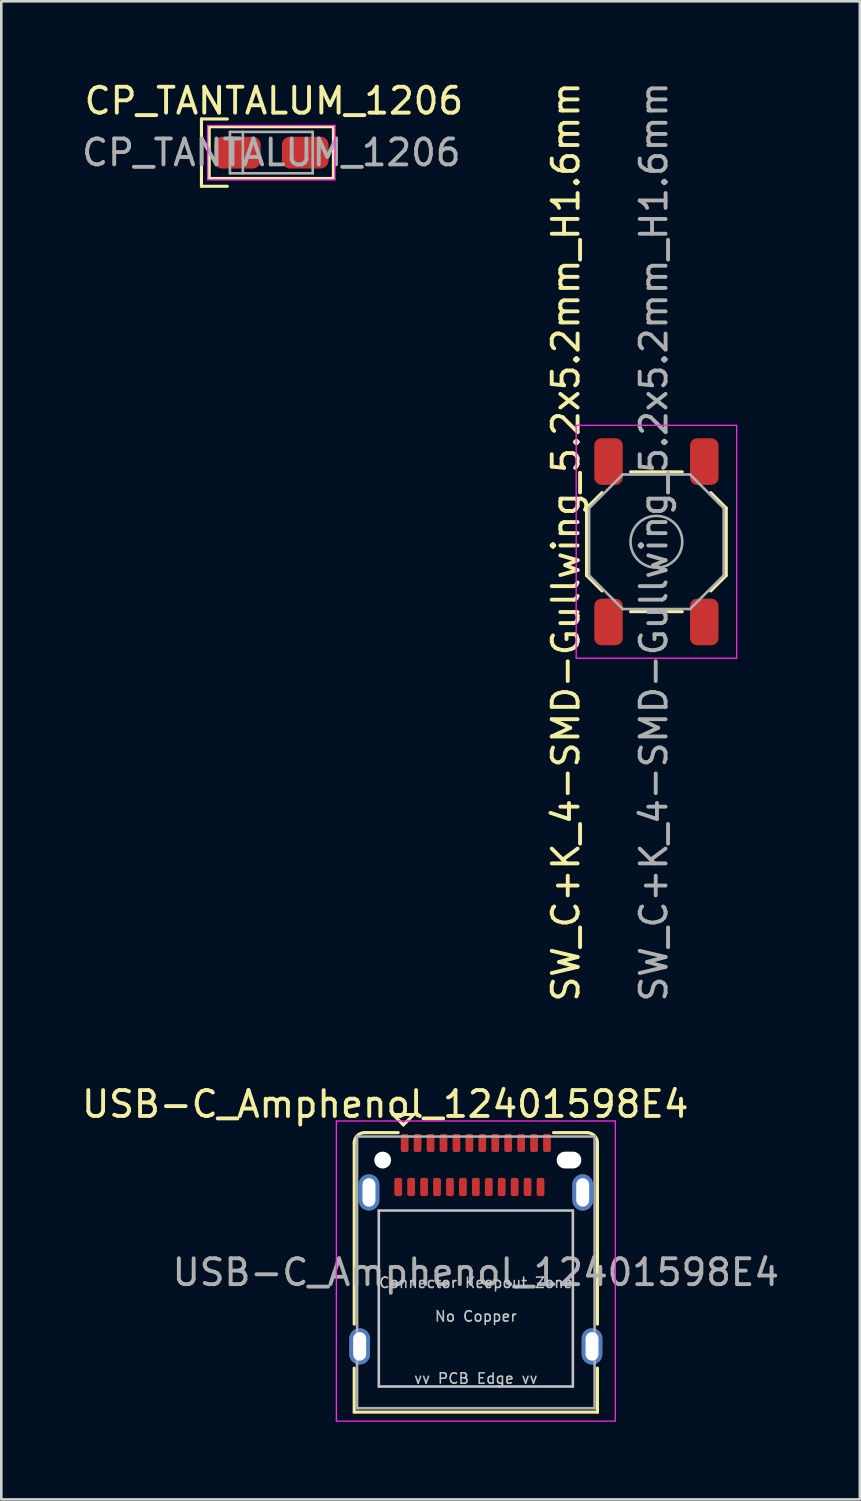
<source format=kicad_pcb>
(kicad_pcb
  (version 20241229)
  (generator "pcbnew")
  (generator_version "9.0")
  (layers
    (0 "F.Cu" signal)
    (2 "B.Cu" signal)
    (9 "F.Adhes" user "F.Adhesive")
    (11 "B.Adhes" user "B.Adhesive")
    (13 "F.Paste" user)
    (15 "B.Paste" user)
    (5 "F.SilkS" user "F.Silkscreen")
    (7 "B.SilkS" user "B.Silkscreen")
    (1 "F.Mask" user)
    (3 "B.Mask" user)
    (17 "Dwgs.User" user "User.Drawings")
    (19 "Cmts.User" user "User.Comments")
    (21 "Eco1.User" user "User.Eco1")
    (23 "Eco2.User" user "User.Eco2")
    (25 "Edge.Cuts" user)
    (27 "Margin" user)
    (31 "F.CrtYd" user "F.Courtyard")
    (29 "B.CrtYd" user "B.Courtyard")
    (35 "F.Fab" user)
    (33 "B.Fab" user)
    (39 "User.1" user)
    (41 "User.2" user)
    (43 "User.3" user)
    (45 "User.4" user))
  (footprint "SW_C+K_4-SMD-Gullwing_5.2x5.2mm_H1.6mm"
    (layer "F.Cu")
    (at 22.317 17.887)
    (property "Reference" "SW_C+K_4-SMD-Gullwing_5.2x5.2mm_H1.6mm" (at -3.5 0 90) (layer "F.SilkS") (effects (font (size 1 1) (thickness 0.15))))
    (attr smd)
    (fp_line (start -2.7 -1.3) (end -2.7 1.3) (stroke (width 0.12) (type solid)) (layer "F.SilkS"))
    (fp_line (start -2.7 -1.3) (end -2.1 -1.9) (stroke (width 0.12) (type solid)) (layer "F.SilkS"))
    (fp_line (start -2.7 1.3) (end -2.1 1.9) (stroke (width 0.12) (type solid)) (layer "F.SilkS"))
    (fp_line (start -1 -2.7) (end 1 -2.7) (stroke (width 0.12) (type solid)) (layer "F.SilkS"))
    (fp_line (start 1 2.7) (end -1 2.7) (stroke (width 0.12) (type solid)) (layer "F.SilkS"))
    (fp_line (start 2.7 -1.3) (end 2.1 -1.9) (stroke (width 0.12) (type solid)) (layer "F.SilkS"))
    (fp_line (start 2.7 1.3) (end 2.1 1.9) (stroke (width 0.12) (type solid)) (layer "F.SilkS"))
    (fp_line (start 2.7 1.3) (end 2.7 -1.3) (stroke (width 0.12) (type solid)) (layer "F.SilkS"))
    (fp_line (start -3.1 -4.5) (end -3.1 4.5) (stroke (width 0.05) (type solid)) (layer "F.CrtYd"))
    (fp_line (start -3.1 -4.5) (end 3.1 -4.5) (stroke (width 0.05) (type solid)) (layer "F.CrtYd"))
    (fp_line (start -3.1 4.5) (end 3.1 4.5) (stroke (width 0.05) (type solid)) (layer "F.CrtYd"))
    (fp_line (start 3.1 -4.5) (end 3.1 4.5) (stroke (width 0.05) (type solid)) (layer "F.CrtYd"))
    (fp_line (start -2.6 -1.3) (end -1.3 -2.6) (stroke (width 0.1) (type solid)) (layer "F.Fab"))
    (fp_line (start -2.6 1.3) (end -2.6 -1.3) (stroke (width 0.1) (type solid)) (layer "F.Fab"))
    (fp_line (start -2.6 1.3) (end -1.3 2.6) (stroke (width 0.1) (type solid)) (layer "F.Fab"))
    (fp_line (start -1.3 -2.6) (end 1.3 -2.6) (stroke (width 0.1) (type solid)) (layer "F.Fab"))
    (fp_line (start -1.3 2.6) (end 1.3 2.6) (stroke (width 0.1) (type solid)) (layer "F.Fab"))
    (fp_line (start 2.6 -1.3) (end 1.3 -2.6) (stroke (width 0.1) (type solid)) (layer "F.Fab"))
    (fp_line (start 2.6 1.3) (end 1.3 2.6) (stroke (width 0.1) (type solid)) (layer "F.Fab"))
    (fp_line (start 2.6 1.3) (end 2.6 -1.3) (stroke (width 0.1) (type solid)) (layer "F.Fab"))
    (fp_circle (center 0 0) (end 1 0) (stroke (width 0.1) (type solid)) (fill no) (layer "F.Fab"))
    (fp_text user "${REFERENCE}" (at -0.1 0 90) (layer "F.Fab") (effects (font (size 1 1) (thickness 0.15))))
    (pad "1" smd roundrect (at -1.85 -3.1) (size 1.1 1.8) (layers "F.Cu" "F.Mask" "F.Paste") (roundrect_rratio 0.25))
    (pad "2" smd roundrect (at -1.85 3.1) (size 1.1 1.8) (layers "F.Cu" "F.Mask" "F.Paste") (roundrect_rratio 0.25))
    (pad "3" smd roundrect (at 1.85 3.1) (size 1.1 1.8) (layers "F.Cu" "F.Mask" "F.Paste") (roundrect_rratio 0.25))
    (pad "4" smd roundrect (at 1.85 -3.1) (size 1.1 1.8) (layers "F.Cu" "F.Mask" "F.Paste") (roundrect_rratio 0.25)))
  (footprint "USB-C_Amphenol_12401598E4"
    (layer "F.Cu")
    (at 15.339 46.122)
    (property "Reference" "USB-C_Amphenol_12401598E4" (at -3.5 -6.5 0) (layer "F.SilkS") (effects (font (size 1 1) (thickness 0.15))))
    (attr smd)
    (fp_line (start -4.7 -5) (end -4.7 2) (stroke (width 0.12) (type solid)) (layer "F.SilkS"))
    (fp_line (start -4.7 3.7) (end -4.7 5.4) (stroke (width 0.12) (type solid)) (layer "F.SilkS"))
    (fp_line (start -4.7 5.4) (end 4.7 5.4) (stroke (width 0.12) (type solid)) (layer "F.SilkS"))
    (fp_line (start -3.2 -6.1) (end -2.5 -6.1) (stroke (width 0.12) (type solid)) (layer "F.SilkS"))
    (fp_line (start -3 -5.4) (end -4.3 -5.4) (stroke (width 0.12) (type solid)) (layer "F.SilkS"))
    (fp_line (start -2.8 -5.7) (end -3.2 -6.1) (stroke (width 0.12) (type solid)) (layer "F.SilkS"))
    (fp_line (start -2.5 -6.1) (end -2.4 -6.1) (stroke (width 0.12) (type solid)) (layer "F.SilkS"))
    (fp_line (start -2.4 -6.1) (end -2.8 -5.7) (stroke (width 0.12) (type solid)) (layer "F.SilkS"))
    (fp_line (start 4.3 -5.4) (end 3 -5.4) (stroke (width 0.12) (type solid)) (layer "F.SilkS"))
    (fp_line (start 4.7 2) (end 4.7 -5) (stroke (width 0.12) (type solid)) (layer "F.SilkS"))
    (fp_line (start 4.7 5.4) (end 4.7 3.7) (stroke (width 0.12) (type solid)) (layer "F.SilkS"))
    (fp_arc (start -4.7 -5) (mid -4.582843 -5.282843) (end -4.3 -5.4) (stroke (width 0.12) (type solid)) (layer "F.SilkS"))
    (fp_arc (start 4.3 -5.4) (mid 4.582843 -5.282843) (end 4.7 -5) (stroke (width 0.12) (type solid)) (layer "F.SilkS"))
    (fp_line (start -3.75 4.41) (end -3.75 -2.39) (stroke (width 0.1) (type solid)) (layer "Dwgs.User"))
    (fp_line (start 3.75 -2.39) (end -3.75 -2.39) (stroke (width 0.1) (type solid)) (layer "Dwgs.User"))
    (fp_line (start 3.75 4.41) (end -3.75 4.41) (stroke (width 0.1) (type solid)) (layer "Dwgs.User"))
    (fp_line (start 3.75 4.41) (end 3.75 -2.39) (stroke (width 0.1) (type solid)) (layer "Dwgs.User"))
    (fp_line (start -5.39 -5.85) (end -5.39 5.75) (stroke (width 0.05) (type solid)) (layer "F.CrtYd"))
    (fp_line (start -5.39 -5.85) (end 5.39 -5.85) (stroke (width 0.05) (type solid)) (layer "F.CrtYd"))
    (fp_line (start -5.39 5.75) (end 5.39 5.75) (stroke (width 0.05) (type solid)) (layer "F.CrtYd"))
    (fp_line (start 5.39 -5.85) (end 5.39 5.75) (stroke (width 0.05) (type solid)) (layer "F.CrtYd"))
    (fp_line (start -4.59 -5.25) (end -4.59 5.25) (stroke (width 0.1) (type solid)) (layer "F.Fab"))
    (fp_line (start -4.59 -5.25) (end 4.59 -5.25) (stroke (width 0.1) (type solid)) (layer "F.Fab"))
    (fp_line (start -4.59 5.25) (end 4.59 5.25) (stroke (width 0.1) (type solid)) (layer "F.Fab"))
    (fp_line (start 4.59 -5.25) (end 4.59 5.25) (stroke (width 0.1) (type solid)) (layer "F.Fab"))
    (fp_text user "No Copper" (at 0 1.7 0) (layer "Dwgs.User") (effects (font (size 0.4 0.4) (thickness 0.06))))
    (fp_text user "Connector Keepout Zone" (at 0 0.4 0) (layer "Dwgs.User") (effects (font (size 0.4 0.4) (thickness 0.06))))
    (fp_text user "vv PCB Edge vv" (at 0 4.1 0) (layer "Dwgs.User") (effects (font (size 0.4 0.4) (thickness 0.06))))
    (fp_text user "${REFERENCE}" (at 0 0 0) (layer "F.Fab") (effects (font (size 1 1) (thickness 0.15))))
    (pad "" np_thru_hole circle (at -3.6 -4.34) (size 0.65 0.65) (drill 0.65) (layers "*.Cu" "*.Mask"))
    (pad "" np_thru_hole oval (at 3.6 -4.34) (size 0.95 0.65) (drill oval 0.95 0.65) (layers "*.Cu" "*.Mask"))
    (pad "A1" smd roundrect (at -2.75 -5) (size 0.3 0.7) (layers "F.Cu" "F.Mask" "F.Paste") (roundrect_rratio 0.25))
    (pad "A2" smd roundrect (at -2.25 -5) (size 0.3 0.7) (layers "F.Cu" "F.Mask" "F.Paste") (roundrect_rratio 0.25))
    (pad "A3" smd roundrect (at -1.75 -5) (size 0.3 0.7) (layers "F.Cu" "F.Mask" "F.Paste") (roundrect_rratio 0.25))
    (pad "A4" smd roundrect (at -1.25 -5) (size 0.3 0.7) (layers "F.Cu" "F.Mask" "F.Paste") (roundrect_rratio 0.25))
    (pad "A5" smd roundrect (at -0.75 -5) (size 0.3 0.7) (layers "F.Cu" "F.Mask" "F.Paste") (roundrect_rratio 0.25))
    (pad "A6" smd roundrect (at -0.25 -5) (size 0.3 0.7) (layers "F.Cu" "F.Mask" "F.Paste") (roundrect_rratio 0.25))
    (pad "A7" smd roundrect (at 0.25 -5) (size 0.3 0.7) (layers "F.Cu" "F.Mask" "F.Paste") (roundrect_rratio 0.25))
    (pad "A8" smd roundrect (at 0.75 -5) (size 0.3 0.7) (layers "F.Cu" "F.Mask" "F.Paste") (roundrect_rratio 0.25))
    (pad "A9" smd roundrect (at 1.25 -5) (size 0.3 0.7) (layers "F.Cu" "F.Mask" "F.Paste") (roundrect_rratio 0.25))
    (pad "A10" smd roundrect (at 1.75 -5) (size 0.3 0.7) (layers "F.Cu" "F.Mask" "F.Paste") (roundrect_rratio 0.25))
    (pad "A11" smd roundrect (at 2.25 -5) (size 0.3 0.7) (layers "F.Cu" "F.Mask" "F.Paste") (roundrect_rratio 0.25))
    (pad "A12" smd roundrect (at 2.75 -5) (size 0.3 0.7) (layers "F.Cu" "F.Mask" "F.Paste") (roundrect_rratio 0.25))
    (pad "B1" smd roundrect (at 2.5 -3.3) (size 0.3 0.7) (layers "F.Cu" "F.Mask" "F.Paste") (roundrect_rratio 0.25))
    (pad "B2" smd roundrect (at 2 -3.3) (size 0.3 0.7) (layers "F.Cu" "F.Mask" "F.Paste") (roundrect_rratio 0.25))
    (pad "B3" smd roundrect (at 1.5 -3.3) (size 0.3 0.7) (layers "F.Cu" "F.Mask" "F.Paste") (roundrect_rratio 0.25))
    (pad "B4" smd roundrect (at 1 -3.3) (size 0.3 0.7) (layers "F.Cu" "F.Mask" "F.Paste") (roundrect_rratio 0.25))
    (pad "B5" smd roundrect (at 0.5 -3.3) (size 0.3 0.7) (layers "F.Cu" "F.Mask" "F.Paste") (roundrect_rratio 0.25))
    (pad "B6" smd roundrect (at 0 -3.3) (size 0.3 0.7) (layers "F.Cu" "F.Mask" "F.Paste") (roundrect_rratio 0.25))
    (pad "B7" smd roundrect (at -0.5 -3.3) (size 0.3 0.7) (layers "F.Cu" "F.Mask" "F.Paste") (roundrect_rratio 0.25))
    (pad "B8" smd roundrect (at -1 -3.3) (size 0.3 0.7) (layers "F.Cu" "F.Mask" "F.Paste") (roundrect_rratio 0.25))
    (pad "B9" smd roundrect (at -1.5 -3.3) (size 0.3 0.7) (layers "F.Cu" "F.Mask" "F.Paste") (roundrect_rratio 0.25))
    (pad "B10" smd roundrect (at -2 -3.3) (size 0.3 0.7) (layers "F.Cu" "F.Mask" "F.Paste") (roundrect_rratio 0.25))
    (pad "B11" smd roundrect (at -2.5 -3.3) (size 0.3 0.7) (layers "F.Cu" "F.Mask" "F.Paste") (roundrect_rratio 0.25))
    (pad "B12" smd roundrect (at -3 -3.3) (size 0.3 0.7) (layers "F.Cu" "F.Mask" "F.Paste") (roundrect_rratio 0.25))
    (pad "S" thru_hole oval (at -4.13 -3.09) (size 0.8 1.4) (drill oval 0.5 1.1) (layers "*.Cu" "*.Mask"))
    (pad "Sh" thru_hole oval (at -4.49 2.86) (size 0.8 1.4) (drill oval 0.5 1.1) (layers "*.Cu" "*.Mask"))
    (pad "Sh" thru_hole oval (at 4.13 -3.09) (size 0.8 1.4) (drill oval 0.5 1.1) (layers "*.Cu" "*.Mask"))
    (pad "Sh" thru_hole oval (at 4.49 2.86) (size 0.8 1.4) (drill oval 0.5 1.1) (layers "*.Cu" "*.Mask")))
  (footprint "CP_TANTALUM_1206"
    (layer "F.Cu")
    (at 7.435 2.848)
    (property "Reference" "CP_TANTALUM_1206" (at 0.1 -2 0) (layer "F.SilkS") (effects (font (size 1 1) (thickness 0.15))))
    (attr smd)
    (fp_line (start -2.7 -1.3) (end -2.7 1.3) (stroke (width 0.12) (type solid)) (layer "F.SilkS"))
    (fp_line (start -2.7 1.3) (end -1.7 1.3) (stroke (width 0.12) (type solid)) (layer "F.SilkS"))
    (fp_line (start -2.4 -1) (end 2.4 -1) (stroke (width 0.12) (type solid)) (layer "F.SilkS"))
    (fp_line (start -2.4 1) (end -2.4 -1) (stroke (width 0.12) (type solid)) (layer "F.SilkS"))
    (fp_line (start -1.7 -1.3) (end -2.7 -1.3) (stroke (width 0.12) (type solid)) (layer "F.SilkS"))
    (fp_line (start 2.4 -1) (end 2.4 1) (stroke (width 0.12) (type solid)) (layer "F.SilkS"))
    (fp_line (start 2.4 1) (end -2.4 1) (stroke (width 0.12) (type solid)) (layer "F.SilkS"))
    (fp_line (start -2.46 -1.05) (end 2.46 -1.05) (stroke (width 0.05) (type solid)) (layer "F.CrtYd"))
    (fp_line (start -2.46 1.05) (end -2.46 -1.05) (stroke (width 0.05) (type solid)) (layer "F.CrtYd"))
    (fp_line (start -2.46 1.05) (end 2.46 1.05) (stroke (width 0.05) (type solid)) (layer "F.CrtYd"))
    (fp_line (start 2.46 1.05) (end 2.46 -1.05) (stroke (width 0.05) (type solid)) (layer "F.CrtYd"))
    (fp_line (start -1.6 -0.8) (end -1.6 0.8) (stroke (width 0.1) (type solid)) (layer "F.Fab"))
    (fp_line (start -1.6 -0.8) (end 1.6 -0.8) (stroke (width 0.1) (type solid)) (layer "F.Fab"))
    (fp_line (start -1.6 0.8) (end 1.6 0.8) (stroke (width 0.1) (type solid)) (layer "F.Fab"))
    (fp_line (start -1.1 -0.8) (end -1.1 0.8) (stroke (width 0.1) (type solid)) (layer "F.Fab"))
    (fp_line (start 1.6 -0.8) (end 1.6 0.8) (stroke (width 0.1) (type solid)) (layer "F.Fab"))
    (fp_text user "${REFERENCE}" (at 0 0 0) (layer "F.Fab") (effects (font (size 1 1) (thickness 0.15))))
    (pad "1" smd roundrect (at -1.31 0) (size 1.8 1.23) (layers "F.Cu" "F.Mask" "F.Paste") (roundrect_rratio 0.25))
    (pad "2" smd roundrect (at 1.31 0) (size 1.8 1.23) (layers "F.Cu" "F.Mask" "F.Paste") (roundrect_rratio 0.25)))
  (gr_rect
    (start -3 -3)
    (end 30.179 54.897)
    (stroke (width 0.1) (type default))
    (fill no)
    (layer "Edge.Cuts")))
</source>
